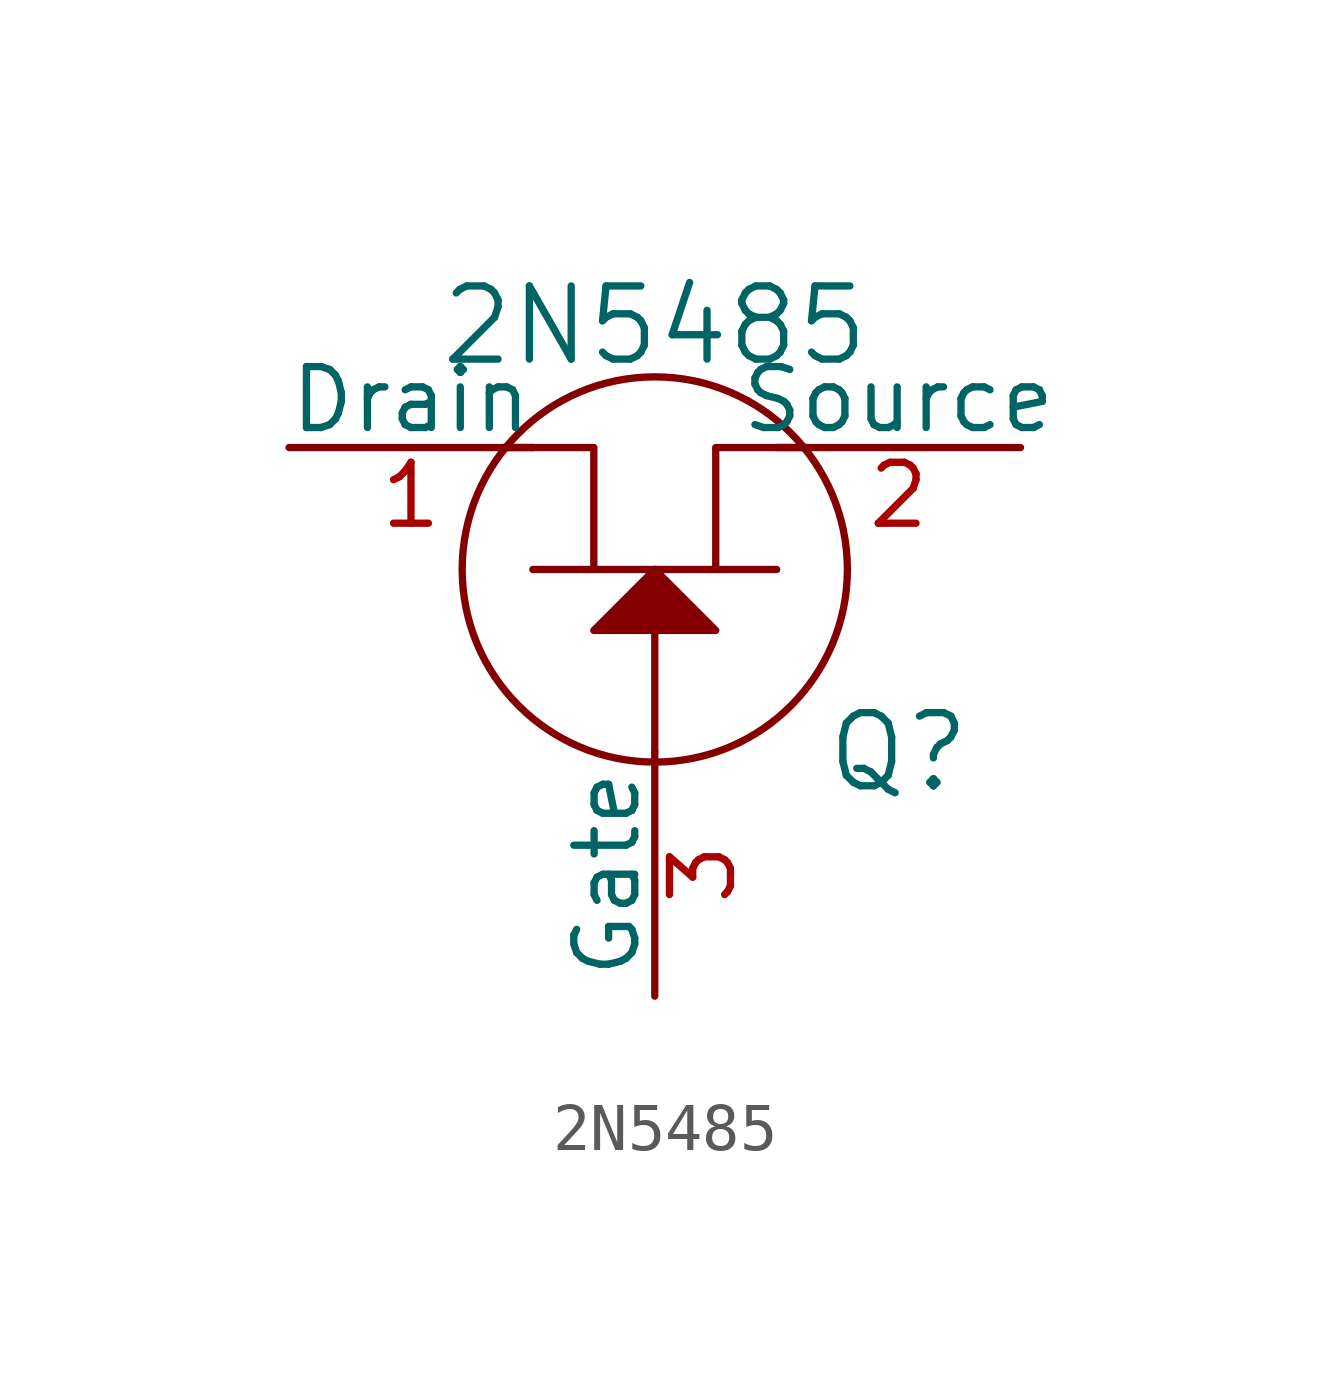
<source format=kicad_sym>
(kicad_symbol_lib
  (version 20241209)
  (generator "kicad_symbol_editor")
  (generator_version "9.0")
  (symbol "2N5485"
    (pin_names
      (offset 0))
    (property "Reference" "Q"
      (at 5.08 -3.81 0)
      (effects (font (size 1.524 1.524))))
    (property "Value" "2N5485"
      (at 0 5.08 0)
      (effects (font (size 1.524 1.524))))
    (property "Footprint" ""
      (at 0 0 0)
      (effects (font (size 1.524 1.524))))
    (symbol "2N5485_0_1"
      (polyline (pts (xy -2.54 2.54) (xy -3.175 2.54)) (stroke (width 0) (type solid)) (fill (type none)))
      (polyline (pts (xy -2.54 2.54) (xy -1.27 2.54) (xy -1.27 0)) (stroke (width 0) (type solid)) (fill (type none)))
      (polyline (pts (xy -2.54 0) (xy 2.54 0)) (stroke (width 0) (type solid)) (fill (type none)))
      (polyline (pts (xy 0 0) (xy 0 -3.81)) (stroke (width 0) (type solid)) (fill (type none)))
      (polyline (pts (xy 0 0) (xy -1.27 -1.27) (xy 1.27 -1.27) (xy 0 0)) (stroke (width 0) (type solid)) (fill (type outline)))
      (circle (center 0 0) (radius 4.013) (stroke (width 0) (type solid)) (fill (type none)))
      (polyline (pts (xy 2.54 2.54) (xy 3.175 2.54)) (stroke (width 0) (type solid)) (fill (type none)))
      (polyline (pts (xy 2.54 2.54) (xy 1.27 2.54) (xy 1.27 0)) (stroke (width 0) (type solid)) (fill (type none))))
    (symbol "2N5485_1_1"
      (pin passive line (at -7.62 2.54 0) (length 5.08) (name "Drain" (effects (font (size 1.27 1.27)))) (number "1" (effects (font (size 1.27 1.27)))))
      (pin passive line (at 0 -8.89 90) (length 5.08) (name "Gate" (effects (font (size 1.27 1.27)))) (number "3" (effects (font (size 1.27 1.27)))))
      (pin passive line (at 7.62 2.54 180) (length 5.08) (name "Source" (effects (font (size 1.27 1.27)))) (number "2" (effects (font (size 1.27 1.27))))))))
</source>
